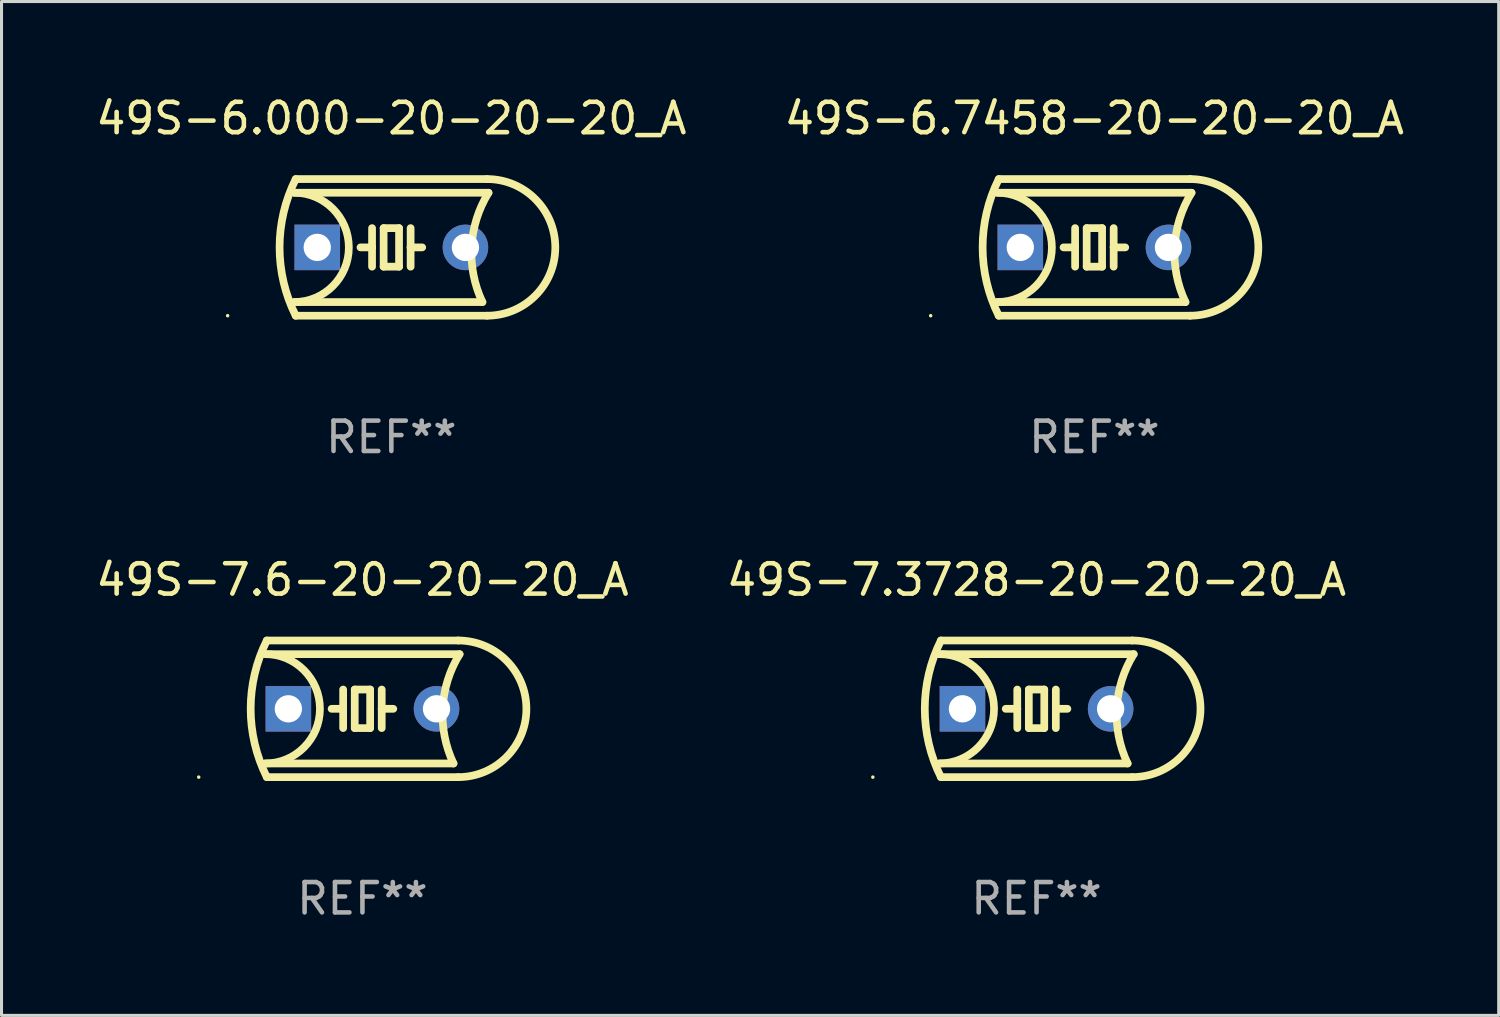
<source format=kicad_pcb>
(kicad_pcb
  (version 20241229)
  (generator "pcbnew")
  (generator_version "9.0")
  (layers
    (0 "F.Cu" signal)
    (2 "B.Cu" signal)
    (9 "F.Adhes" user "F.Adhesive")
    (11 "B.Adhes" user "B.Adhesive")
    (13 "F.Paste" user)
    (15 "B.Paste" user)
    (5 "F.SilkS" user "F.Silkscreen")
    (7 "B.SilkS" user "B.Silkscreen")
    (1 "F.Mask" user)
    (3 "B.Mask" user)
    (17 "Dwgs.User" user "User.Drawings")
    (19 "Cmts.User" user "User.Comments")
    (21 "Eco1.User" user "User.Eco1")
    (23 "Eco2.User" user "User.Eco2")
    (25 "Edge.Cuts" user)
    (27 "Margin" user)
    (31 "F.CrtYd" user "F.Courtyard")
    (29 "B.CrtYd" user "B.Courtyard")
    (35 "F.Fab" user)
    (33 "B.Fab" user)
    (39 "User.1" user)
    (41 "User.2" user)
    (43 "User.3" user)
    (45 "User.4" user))
  (footprint "49S-6.7458-20-20-20_A"
    (layer "F.Cu")
    (at 32.994 5.098)
    (property "Reference" "49S-6.7458-20-20-20_A" (at 0 -4.25 0) (layer "F.SilkS") (effects (font (size 1 1) (thickness 0.15))))
    (attr through_hole)
    (fp_line (start -3.2 -1.8) (end 3.2 -1.8) (stroke (width 0.254) (type solid)) (layer "F.SilkS"))
    (fp_line (start -3.15 2.25) (end 3.15 2.25) (stroke (width 0.254) (type solid)) (layer "F.SilkS"))
    (fp_line (start -0.635 -0.635) (end -0.635 0) (stroke (width 0.254) (type solid)) (layer "F.SilkS"))
    (fp_line (start -0.635 0) (end -1.016 0) (stroke (width 0.254) (type solid)) (layer "F.SilkS"))
    (fp_line (start -0.635 0) (end -0.635 0.635) (stroke (width 0.254) (type solid)) (layer "F.SilkS"))
    (fp_line (start -0.254 -0.635) (end -0.254 0.635) (stroke (width 0.254) (type solid)) (layer "F.SilkS"))
    (fp_line (start -0.254 0.635) (end 0.254 0.635) (stroke (width 0.254) (type solid)) (layer "F.SilkS"))
    (fp_line (start 0.254 -0.635) (end -0.254 -0.635) (stroke (width 0.254) (type solid)) (layer "F.SilkS"))
    (fp_line (start 0.254 0.635) (end 0.254 -0.635) (stroke (width 0.254) (type solid)) (layer "F.SilkS"))
    (fp_line (start 0.635 -0.635) (end 0.635 0) (stroke (width 0.254) (type solid)) (layer "F.SilkS"))
    (fp_line (start 0.635 0) (end 0.635 0.635) (stroke (width 0.254) (type solid)) (layer "F.SilkS"))
    (fp_line (start 0.635 0) (end 1.016 0) (stroke (width 0.254) (type solid)) (layer "F.SilkS"))
    (fp_line (start 3 1.8) (end -3.2 1.8) (stroke (width 0.254) (type solid)) (layer "F.SilkS"))
    (fp_line (start 3.15 -2.25) (end -3.15 -2.25) (stroke (width 0.254) (type solid)) (layer "F.SilkS"))
    (fp_arc (start -3.200406 -1.800864) (mid -1.399974 -0.000635) (end -3.2 1.8) (stroke (width 0.254001) (type solid)) (layer "F.SilkS"))
    (fp_arc (start -3.149606 2.250444) (mid -3.680941 0.000261) (end -3.149987 -2.250013) (stroke (width 0.254001) (type solid)) (layer "F.SilkS"))
    (fp_arc (start 2.999746 1.800863) (mid 2.642982 -0.024977) (end 3.2 -1.8) (stroke (width 0.254001) (type solid)) (layer "F.SilkS"))
    (fp_arc (start 3.149607 -2.250445) (mid 5.399848 -0.000406) (end 3.149987 2.250013) (stroke (width 0.254001) (type solid)) (layer "F.SilkS"))
    (fp_circle (center -5.392 2.25) (end -5.362 2.25) (stroke (width 0.06) (type solid)) (fill no) (layer "F.SilkS"))
    (fp_text user "REF**" (at 0 6.25 0) (layer "F.Fab") (effects (font (size 1 1) (thickness 0.15))))
    (pad "1" thru_hole rect (at -2.44 0) (size 1.5 1.5) (drill 0.9) (layers "*.Cu" "*.Mask"))
    (pad "2" thru_hole circle (at 2.44 0) (size 1.5 1.5) (drill 0.9) (layers "*.Cu" "*.Mask")))
  (footprint "49S-7.3728-20-20-20_A"
    (layer "F.Cu")
    (at 31.089 20.295)
    (property "Reference" "49S-7.3728-20-20-20_A" (at 0 -4.25 0) (layer "F.SilkS") (effects (font (size 1 1) (thickness 0.15))))
    (attr through_hole)
    (fp_line (start -3.2 -1.8) (end 3.2 -1.8) (stroke (width 0.254) (type solid)) (layer "F.SilkS"))
    (fp_line (start -3.15 2.25) (end 3.15 2.25) (stroke (width 0.254) (type solid)) (layer "F.SilkS"))
    (fp_line (start -0.635 -0.635) (end -0.635 0) (stroke (width 0.254) (type solid)) (layer "F.SilkS"))
    (fp_line (start -0.635 0) (end -1.016 0) (stroke (width 0.254) (type solid)) (layer "F.SilkS"))
    (fp_line (start -0.635 0) (end -0.635 0.635) (stroke (width 0.254) (type solid)) (layer "F.SilkS"))
    (fp_line (start -0.254 -0.635) (end -0.254 0.635) (stroke (width 0.254) (type solid)) (layer "F.SilkS"))
    (fp_line (start -0.254 0.635) (end 0.254 0.635) (stroke (width 0.254) (type solid)) (layer "F.SilkS"))
    (fp_line (start 0.254 -0.635) (end -0.254 -0.635) (stroke (width 0.254) (type solid)) (layer "F.SilkS"))
    (fp_line (start 0.254 0.635) (end 0.254 -0.635) (stroke (width 0.254) (type solid)) (layer "F.SilkS"))
    (fp_line (start 0.635 -0.635) (end 0.635 0) (stroke (width 0.254) (type solid)) (layer "F.SilkS"))
    (fp_line (start 0.635 0) (end 0.635 0.635) (stroke (width 0.254) (type solid)) (layer "F.SilkS"))
    (fp_line (start 0.635 0) (end 1.016 0) (stroke (width 0.254) (type solid)) (layer "F.SilkS"))
    (fp_line (start 3 1.8) (end -3.2 1.8) (stroke (width 0.254) (type solid)) (layer "F.SilkS"))
    (fp_line (start 3.15 -2.25) (end -3.15 -2.25) (stroke (width 0.254) (type solid)) (layer "F.SilkS"))
    (fp_arc (start -3.200406 -1.800864) (mid -1.399974 -0.000635) (end -3.2 1.8) (stroke (width 0.254001) (type solid)) (layer "F.SilkS"))
    (fp_arc (start -3.149606 2.250444) (mid -3.680941 0.000261) (end -3.149987 -2.250013) (stroke (width 0.254001) (type solid)) (layer "F.SilkS"))
    (fp_arc (start 2.999746 1.800863) (mid 2.642982 -0.024977) (end 3.2 -1.8) (stroke (width 0.254001) (type solid)) (layer "F.SilkS"))
    (fp_arc (start 3.149607 -2.250445) (mid 5.399848 -0.000406) (end 3.149987 2.250013) (stroke (width 0.254001) (type solid)) (layer "F.SilkS"))
    (fp_circle (center -5.392 2.25) (end -5.362 2.25) (stroke (width 0.06) (type solid)) (fill no) (layer "F.SilkS"))
    (fp_text user "REF**" (at 0 6.25 0) (layer "F.Fab") (effects (font (size 1 1) (thickness 0.15))))
    (pad "1" thru_hole rect (at -2.44 0) (size 1.5 1.5) (drill 0.9) (layers "*.Cu" "*.Mask"))
    (pad "2" thru_hole circle (at 2.44 0) (size 1.5 1.5) (drill 0.9) (layers "*.Cu" "*.Mask")))
  (footprint "49S-6.000-20-20-20_A"
    (layer "F.Cu")
    (at 9.839 5.098)
    (property "Reference" "49S-6.000-20-20-20_A" (at 0 -4.25 0) (layer "F.SilkS") (effects (font (size 1 1) (thickness 0.15))))
    (attr through_hole)
    (fp_line (start -3.2 -1.8) (end 3.2 -1.8) (stroke (width 0.254) (type solid)) (layer "F.SilkS"))
    (fp_line (start -3.15 2.25) (end 3.15 2.25) (stroke (width 0.254) (type solid)) (layer "F.SilkS"))
    (fp_line (start -0.635 -0.635) (end -0.635 0) (stroke (width 0.254) (type solid)) (layer "F.SilkS"))
    (fp_line (start -0.635 0) (end -1.016 0) (stroke (width 0.254) (type solid)) (layer "F.SilkS"))
    (fp_line (start -0.635 0) (end -0.635 0.635) (stroke (width 0.254) (type solid)) (layer "F.SilkS"))
    (fp_line (start -0.254 -0.635) (end -0.254 0.635) (stroke (width 0.254) (type solid)) (layer "F.SilkS"))
    (fp_line (start -0.254 0.635) (end 0.254 0.635) (stroke (width 0.254) (type solid)) (layer "F.SilkS"))
    (fp_line (start 0.254 -0.635) (end -0.254 -0.635) (stroke (width 0.254) (type solid)) (layer "F.SilkS"))
    (fp_line (start 0.254 0.635) (end 0.254 -0.635) (stroke (width 0.254) (type solid)) (layer "F.SilkS"))
    (fp_line (start 0.635 -0.635) (end 0.635 0) (stroke (width 0.254) (type solid)) (layer "F.SilkS"))
    (fp_line (start 0.635 0) (end 0.635 0.635) (stroke (width 0.254) (type solid)) (layer "F.SilkS"))
    (fp_line (start 0.635 0) (end 1.016 0) (stroke (width 0.254) (type solid)) (layer "F.SilkS"))
    (fp_line (start 3 1.8) (end -3.2 1.8) (stroke (width 0.254) (type solid)) (layer "F.SilkS"))
    (fp_line (start 3.15 -2.25) (end -3.15 -2.25) (stroke (width 0.254) (type solid)) (layer "F.SilkS"))
    (fp_arc (start -3.200406 -1.800864) (mid -1.399974 -0.000635) (end -3.2 1.8) (stroke (width 0.254001) (type solid)) (layer "F.SilkS"))
    (fp_arc (start -3.149606 2.250444) (mid -3.680941 0.000261) (end -3.149987 -2.250013) (stroke (width 0.254001) (type solid)) (layer "F.SilkS"))
    (fp_arc (start 2.999746 1.800863) (mid 2.642982 -0.024977) (end 3.2 -1.8) (stroke (width 0.254001) (type solid)) (layer "F.SilkS"))
    (fp_arc (start 3.149607 -2.250445) (mid 5.399848 -0.000406) (end 3.149987 2.250013) (stroke (width 0.254001) (type solid)) (layer "F.SilkS"))
    (fp_circle (center -5.392 2.25) (end -5.362 2.25) (stroke (width 0.06) (type solid)) (fill no) (layer "F.SilkS"))
    (fp_text user "REF**" (at 0 6.25 0) (layer "F.Fab") (effects (font (size 1 1) (thickness 0.15))))
    (pad "1" thru_hole rect (at -2.44 0) (size 1.5 1.5) (drill 0.9) (layers "*.Cu" "*.Mask"))
    (pad "2" thru_hole circle (at 2.44 0) (size 1.5 1.5) (drill 0.9) (layers "*.Cu" "*.Mask")))
  (footprint "49S-7.6-20-20-20_A"
    (layer "F.Cu")
    (at 8.887 20.295)
    (property "Reference" "49S-7.6-20-20-20_A" (at 0 -4.25 0) (layer "F.SilkS") (effects (font (size 1 1) (thickness 0.15))))
    (attr through_hole)
    (fp_line (start -3.2 -1.8) (end 3.2 -1.8) (stroke (width 0.254) (type solid)) (layer "F.SilkS"))
    (fp_line (start -3.15 2.25) (end 3.15 2.25) (stroke (width 0.254) (type solid)) (layer "F.SilkS"))
    (fp_line (start -0.635 -0.635) (end -0.635 0) (stroke (width 0.254) (type solid)) (layer "F.SilkS"))
    (fp_line (start -0.635 0) (end -1.016 0) (stroke (width 0.254) (type solid)) (layer "F.SilkS"))
    (fp_line (start -0.635 0) (end -0.635 0.635) (stroke (width 0.254) (type solid)) (layer "F.SilkS"))
    (fp_line (start -0.254 -0.635) (end -0.254 0.635) (stroke (width 0.254) (type solid)) (layer "F.SilkS"))
    (fp_line (start -0.254 0.635) (end 0.254 0.635) (stroke (width 0.254) (type solid)) (layer "F.SilkS"))
    (fp_line (start 0.254 -0.635) (end -0.254 -0.635) (stroke (width 0.254) (type solid)) (layer "F.SilkS"))
    (fp_line (start 0.254 0.635) (end 0.254 -0.635) (stroke (width 0.254) (type solid)) (layer "F.SilkS"))
    (fp_line (start 0.635 -0.635) (end 0.635 0) (stroke (width 0.254) (type solid)) (layer "F.SilkS"))
    (fp_line (start 0.635 0) (end 0.635 0.635) (stroke (width 0.254) (type solid)) (layer "F.SilkS"))
    (fp_line (start 0.635 0) (end 1.016 0) (stroke (width 0.254) (type solid)) (layer "F.SilkS"))
    (fp_line (start 3 1.8) (end -3.2 1.8) (stroke (width 0.254) (type solid)) (layer "F.SilkS"))
    (fp_line (start 3.15 -2.25) (end -3.15 -2.25) (stroke (width 0.254) (type solid)) (layer "F.SilkS"))
    (fp_arc (start -3.200406 -1.800864) (mid -1.399974 -0.000635) (end -3.2 1.8) (stroke (width 0.254001) (type solid)) (layer "F.SilkS"))
    (fp_arc (start -3.149606 2.250444) (mid -3.680941 0.000261) (end -3.149987 -2.250013) (stroke (width 0.254001) (type solid)) (layer "F.SilkS"))
    (fp_arc (start 2.999746 1.800863) (mid 2.642982 -0.024977) (end 3.2 -1.8) (stroke (width 0.254001) (type solid)) (layer "F.SilkS"))
    (fp_arc (start 3.149607 -2.250445) (mid 5.399848 -0.000406) (end 3.149987 2.250013) (stroke (width 0.254001) (type solid)) (layer "F.SilkS"))
    (fp_circle (center -5.392 2.25) (end -5.362 2.25) (stroke (width 0.06) (type solid)) (fill no) (layer "F.SilkS"))
    (fp_text user "REF**" (at 0 6.25 0) (layer "F.Fab") (effects (font (size 1 1) (thickness 0.15))))
    (pad "1" thru_hole rect (at -2.44 0) (size 1.5 1.5) (drill 0.9) (layers "*.Cu" "*.Mask"))
    (pad "2" thru_hole circle (at 2.44 0) (size 1.5 1.5) (drill 0.9) (layers "*.Cu" "*.Mask")))
  (gr_rect
    (start -3 -3)
    (end 46.31 30.393)
    (stroke (width 0.1) (type default))
    (fill no)
    (layer "Edge.Cuts")))
</source>
